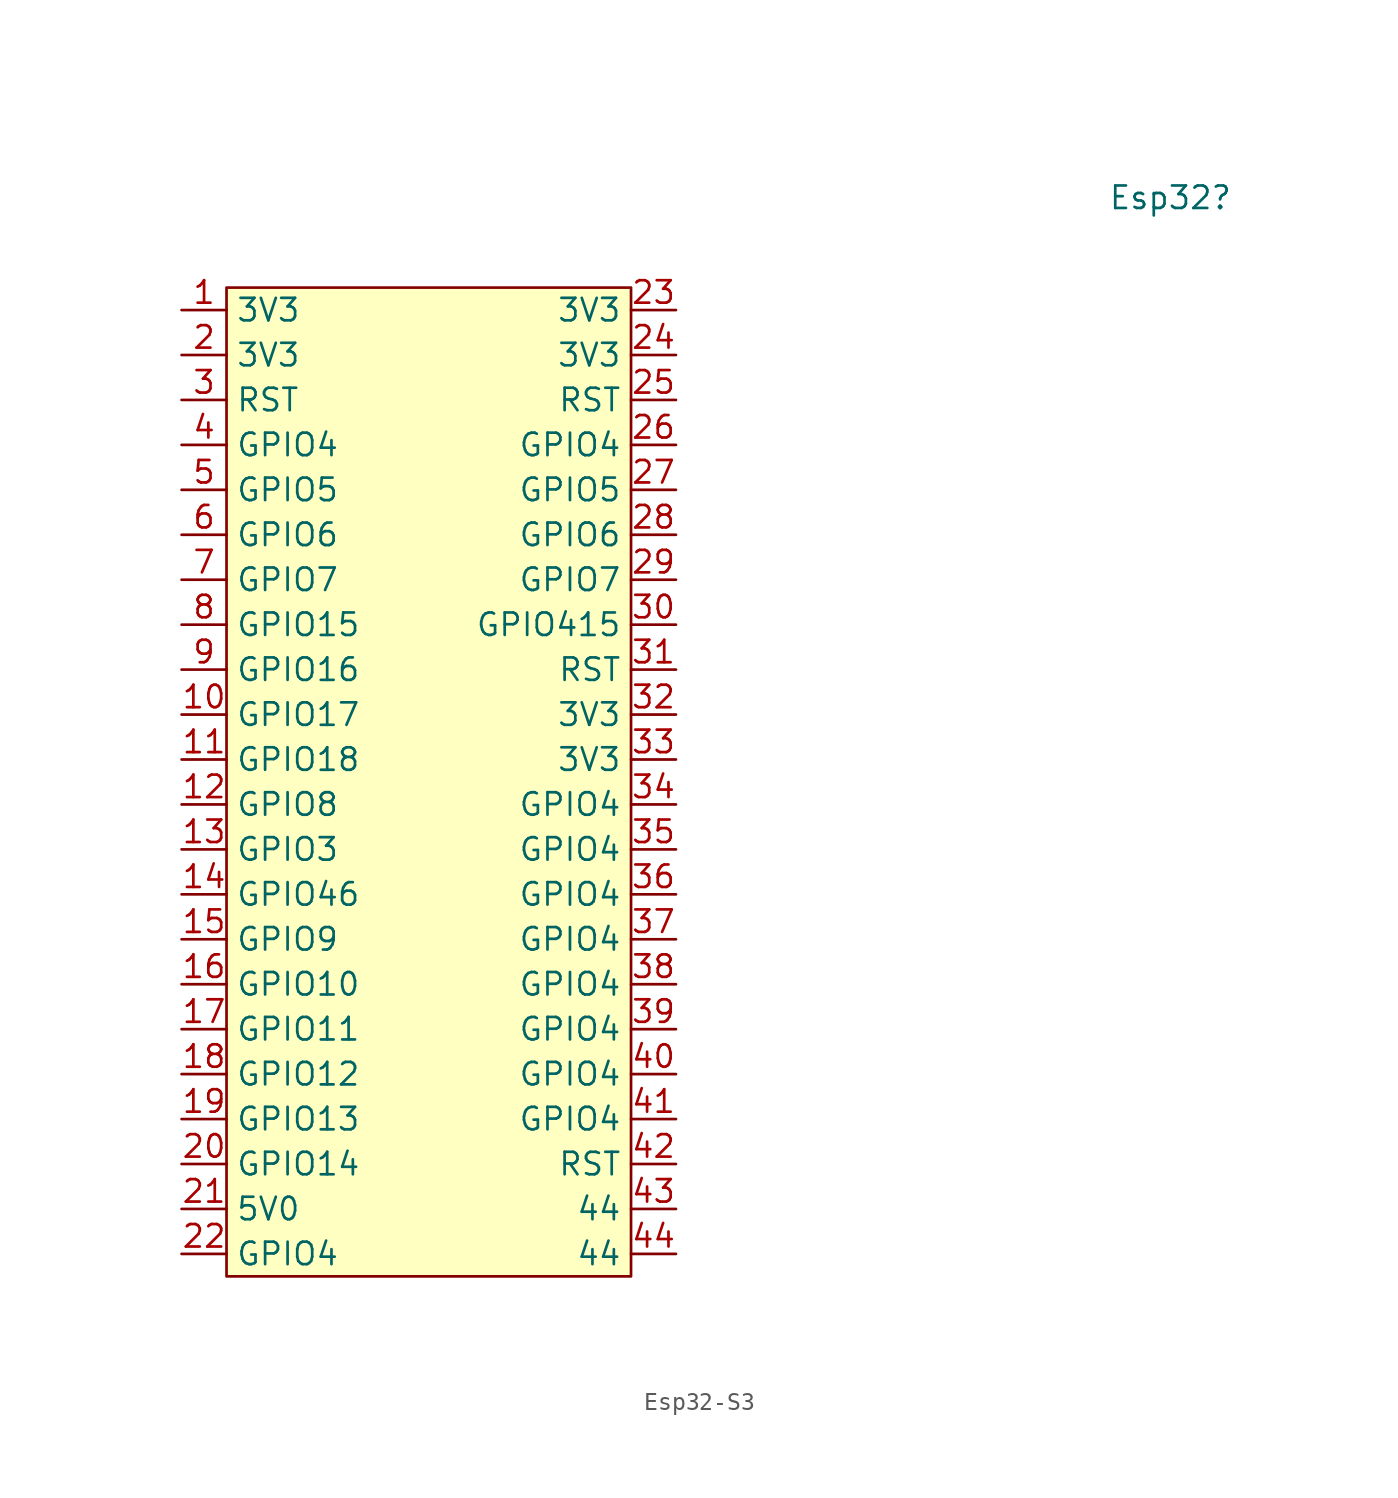
<source format=kicad_sym>
(kicad_symbol_lib
  (version 20241209)
  (generator "kicad_symbol_editor")
  (generator_version "9.0")
  (symbol "Esp32-S3"
    (property "Reference" "Esp32"
      (at 0 0 0)
      (effects (font (size 1.27 1.27))))
    (property "Value" ""
      (at 0 0 0)
      (effects (font (size 1.27 1.27))))
    (symbol "Esp32-S3_1_1"
      (rectangle (start -53.34 -5.08) (end -30.48 -60.96) (stroke (width 0) (type solid)) (fill (type background)))
      (pin input line (at -55.88 -6.35 0) (length 2.54) (name "3V3" (effects (font (size 1.27 1.27)))) (number "1" (effects (font (size 1.27 1.27)))))
      (pin input line (at -55.88 -8.89 0) (length 2.54) (name "3V3" (effects (font (size 1.27 1.27)))) (number "2" (effects (font (size 1.27 1.27)))))
      (pin input line (at -55.88 -11.43 0) (length 2.54) (name "RST" (effects (font (size 1.27 1.27)))) (number "3" (effects (font (size 1.27 1.27)))))
      (pin input line (at -55.88 -13.97 0) (length 2.54) (name "GPIO4" (effects (font (size 1.27 1.27)))) (number "4" (effects (font (size 1.27 1.27)))))
      (pin input line (at -55.88 -16.51 0) (length 2.54) (name "GPIO5" (effects (font (size 1.27 1.27)))) (number "5" (effects (font (size 1.27 1.27)))))
      (pin input line (at -55.88 -19.05 0) (length 2.54) (name "GPIO6" (effects (font (size 1.27 1.27)))) (number "6" (effects (font (size 1.27 1.27)))))
      (pin input line (at -55.88 -21.59 0) (length 2.54) (name "GPIO7" (effects (font (size 1.27 1.27)))) (number "7" (effects (font (size 1.27 1.27)))))
      (pin input line (at -55.88 -24.13 0) (length 2.54) (name "GPIO15" (effects (font (size 1.27 1.27)))) (number "8" (effects (font (size 1.27 1.27)))))
      (pin input line (at -55.88 -26.67 0) (length 2.54) (name "GPIO16" (effects (font (size 1.27 1.27)))) (number "9" (effects (font (size 1.27 1.27)))))
      (pin input line (at -55.88 -29.21 0) (length 2.54) (name "GPIO17" (effects (font (size 1.27 1.27)))) (number "10" (effects (font (size 1.27 1.27)))))
      (pin input line (at -55.88 -31.75 0) (length 2.54) (name "GPIO18" (effects (font (size 1.27 1.27)))) (number "11" (effects (font (size 1.27 1.27)))))
      (pin input line (at -55.88 -34.29 0) (length 2.54) (name "GPIO8" (effects (font (size 1.27 1.27)))) (number "12" (effects (font (size 1.27 1.27)))))
      (pin input line (at -55.88 -36.83 0) (length 2.54) (name "GPIO3" (effects (font (size 1.27 1.27)))) (number "13" (effects (font (size 1.27 1.27)))))
      (pin input line (at -55.88 -39.37 0) (length 2.54) (name "GPIO46" (effects (font (size 1.27 1.27)))) (number "14" (effects (font (size 1.27 1.27)))))
      (pin input line (at -55.88 -41.91 0) (length 2.54) (name "GPIO9" (effects (font (size 1.27 1.27)))) (number "15" (effects (font (size 1.27 1.27)))))
      (pin input line (at -55.88 -44.45 0) (length 2.54) (name "GPIO10" (effects (font (size 1.27 1.27)))) (number "16" (effects (font (size 1.27 1.27)))))
      (pin input line (at -55.88 -46.99 0) (length 2.54) (name "GPIO11" (effects (font (size 1.27 1.27)))) (number "17" (effects (font (size 1.27 1.27)))))
      (pin input line (at -55.88 -49.53 0) (length 2.54) (name "GPIO12" (effects (font (size 1.27 1.27)))) (number "18" (effects (font (size 1.27 1.27)))))
      (pin input line (at -55.88 -52.07 0) (length 2.54) (name "GPIO13" (effects (font (size 1.27 1.27)))) (number "19" (effects (font (size 1.27 1.27)))))
      (pin input line (at -55.88 -54.61 0) (length 2.54) (name "GPIO14" (effects (font (size 1.27 1.27)))) (number "20" (effects (font (size 1.27 1.27)))))
      (pin input line (at -55.88 -57.15 0) (length 2.54) (name "5V0" (effects (font (size 1.27 1.27)))) (number "21" (effects (font (size 1.27 1.27)))))
      (pin input line (at -55.88 -59.69 0) (length 2.54) (name "GPIO4" (effects (font (size 1.27 1.27)))) (number "22" (effects (font (size 1.27 1.27)))))
      (pin input line (at -27.94 -6.35 180) (length 2.54) (name "3V3" (effects (font (size 1.27 1.27)))) (number "23" (effects (font (size 1.27 1.27)))))
      (pin input line (at -27.94 -8.89 180) (length 2.54) (name "3V3" (effects (font (size 1.27 1.27)))) (number "24" (effects (font (size 1.27 1.27)))))
      (pin input line (at -27.94 -11.43 180) (length 2.54) (name "RST" (effects (font (size 1.27 1.27)))) (number "25" (effects (font (size 1.27 1.27)))))
      (pin input line (at -27.94 -13.97 180) (length 2.54) (name "GPIO4" (effects (font (size 1.27 1.27)))) (number "26" (effects (font (size 1.27 1.27)))))
      (pin input line (at -27.94 -16.51 180) (length 2.54) (name "GPIO5" (effects (font (size 1.27 1.27)))) (number "27" (effects (font (size 1.27 1.27)))))
      (pin input line (at -27.94 -19.05 180) (length 2.54) (name "GPIO6" (effects (font (size 1.27 1.27)))) (number "28" (effects (font (size 1.27 1.27)))))
      (pin input line (at -27.94 -21.59 180) (length 2.54) (name "GPIO7" (effects (font (size 1.27 1.27)))) (number "29" (effects (font (size 1.27 1.27)))))
      (pin input line (at -27.94 -24.13 180) (length 2.54) (name "GPIO415" (effects (font (size 1.27 1.27)))) (number "30" (effects (font (size 1.27 1.27)))))
      (pin input line (at -27.94 -26.67 180) (length 2.54) (name "RST" (effects (font (size 1.27 1.27)))) (number "31" (effects (font (size 1.27 1.27)))))
      (pin input line (at -27.94 -29.21 180) (length 2.54) (name "3V3" (effects (font (size 1.27 1.27)))) (number "32" (effects (font (size 1.27 1.27)))))
      (pin input line (at -27.94 -31.75 180) (length 2.54) (name "3V3" (effects (font (size 1.27 1.27)))) (number "33" (effects (font (size 1.27 1.27)))))
      (pin input line (at -27.94 -34.29 180) (length 2.54) (name "GPIO4" (effects (font (size 1.27 1.27)))) (number "34" (effects (font (size 1.27 1.27)))))
      (pin input line (at -27.94 -36.83 180) (length 2.54) (name "GPIO4" (effects (font (size 1.27 1.27)))) (number "35" (effects (font (size 1.27 1.27)))))
      (pin input line (at -27.94 -39.37 180) (length 2.54) (name "GPIO4" (effects (font (size 1.27 1.27)))) (number "36" (effects (font (size 1.27 1.27)))))
      (pin input line (at -27.94 -41.91 180) (length 2.54) (name "GPIO4" (effects (font (size 1.27 1.27)))) (number "37" (effects (font (size 1.27 1.27)))))
      (pin input line (at -27.94 -44.45 180) (length 2.54) (name "GPIO4" (effects (font (size 1.27 1.27)))) (number "38" (effects (font (size 1.27 1.27)))))
      (pin input line (at -27.94 -46.99 180) (length 2.54) (name "GPIO4" (effects (font (size 1.27 1.27)))) (number "39" (effects (font (size 1.27 1.27)))))
      (pin input line (at -27.94 -49.53 180) (length 2.54) (name "GPIO4" (effects (font (size 1.27 1.27)))) (number "40" (effects (font (size 1.27 1.27)))))
      (pin input line (at -27.94 -52.07 180) (length 2.54) (name "GPIO4" (effects (font (size 1.27 1.27)))) (number "41" (effects (font (size 1.27 1.27)))))
      (pin input line (at -27.94 -54.61 180) (length 2.54) (name "RST" (effects (font (size 1.27 1.27)))) (number "42" (effects (font (size 1.27 1.27)))))
      (pin input line (at -27.94 -57.15 180) (length 2.54) (name "44" (effects (font (size 1.27 1.27)))) (number "43" (effects (font (size 1.27 1.27)))))
      (pin input line (at -27.94 -59.69 180) (length 2.54) (name "44" (effects (font (size 1.27 1.27)))) (number "44" (effects (font (size 1.27 1.27))))))))
</source>
